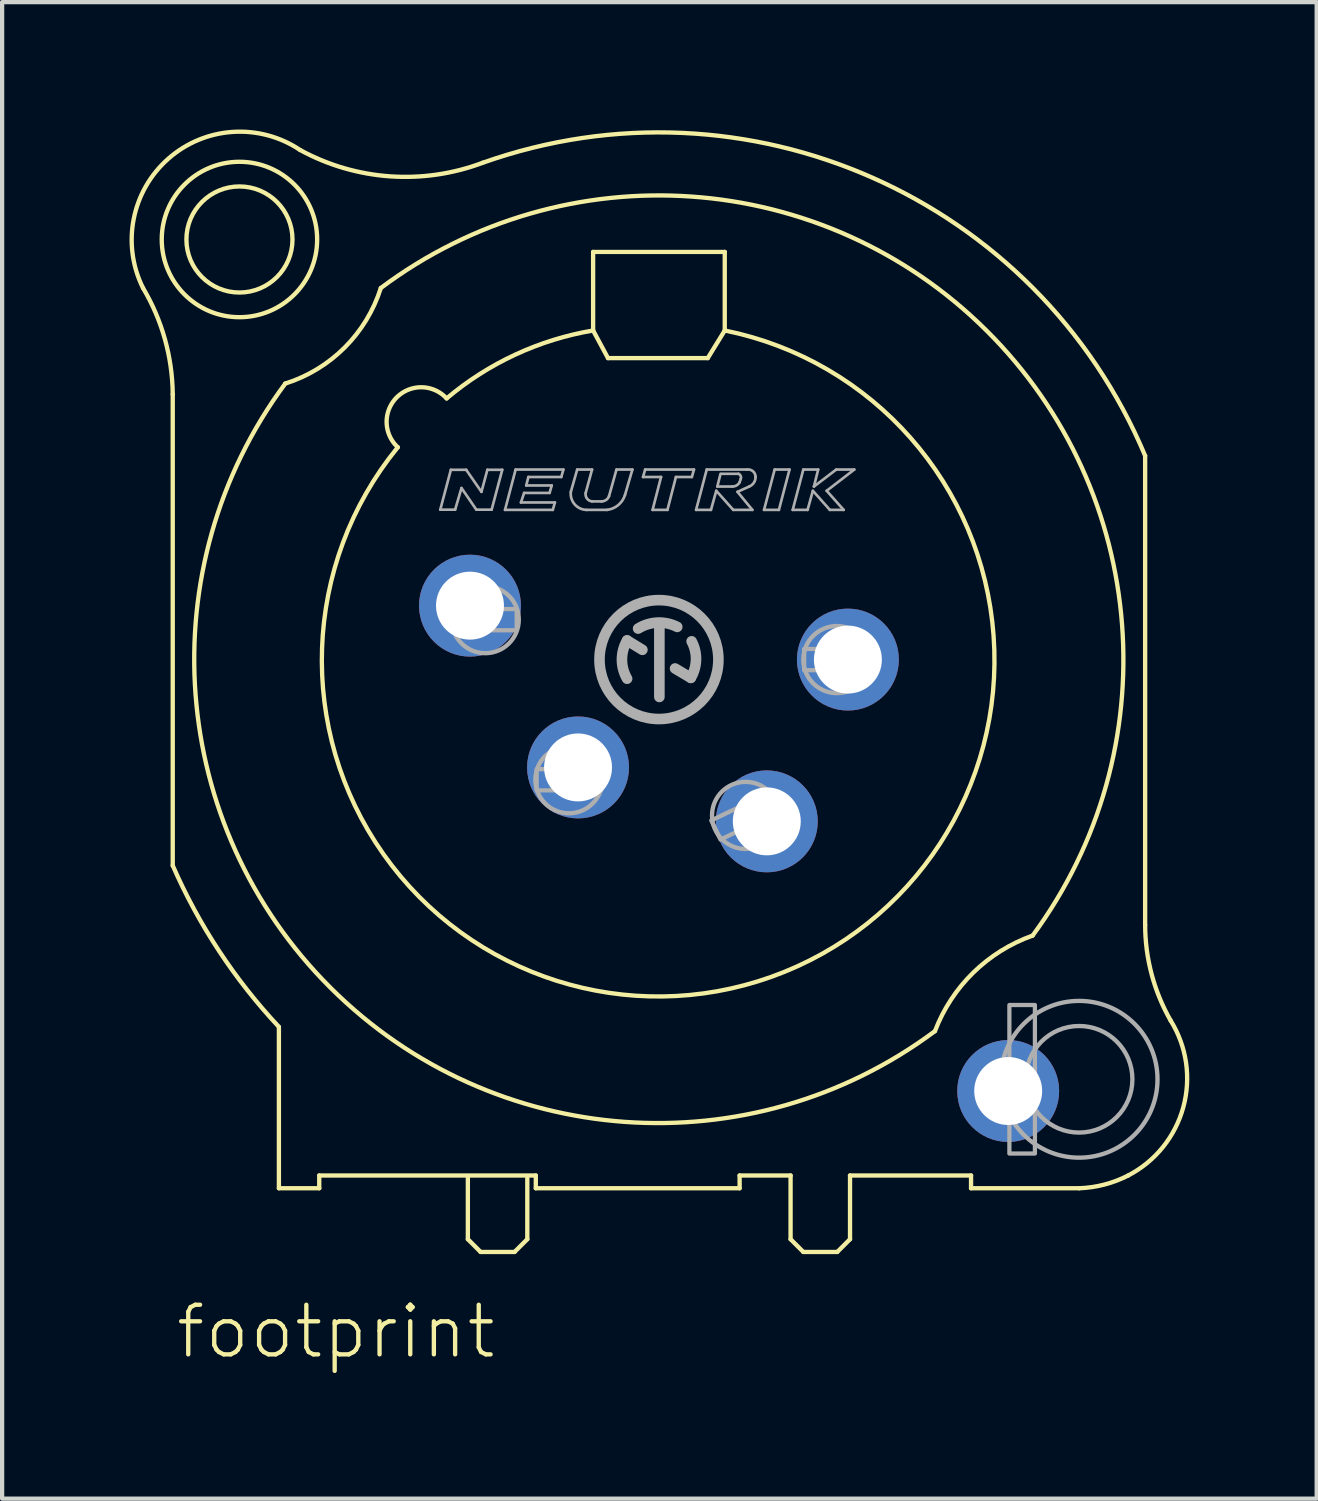
<source format=kicad_pcb>
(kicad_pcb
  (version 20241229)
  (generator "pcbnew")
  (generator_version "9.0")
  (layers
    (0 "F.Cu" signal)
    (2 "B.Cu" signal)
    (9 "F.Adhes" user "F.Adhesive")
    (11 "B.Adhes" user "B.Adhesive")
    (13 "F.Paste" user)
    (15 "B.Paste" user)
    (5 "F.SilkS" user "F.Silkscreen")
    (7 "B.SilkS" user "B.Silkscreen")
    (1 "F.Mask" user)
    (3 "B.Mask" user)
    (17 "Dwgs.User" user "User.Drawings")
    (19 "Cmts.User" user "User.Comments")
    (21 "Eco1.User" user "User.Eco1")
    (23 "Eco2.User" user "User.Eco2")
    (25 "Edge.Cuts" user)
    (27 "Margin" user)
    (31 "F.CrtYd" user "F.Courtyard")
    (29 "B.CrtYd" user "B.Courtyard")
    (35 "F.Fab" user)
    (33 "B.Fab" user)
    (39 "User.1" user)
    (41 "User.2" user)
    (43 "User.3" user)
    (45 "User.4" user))
  (footprint "footprint"
    (layer "F.Cu")
    (at 12.468 12.483)
    (property "Reference" "footprint" (at -11.43 16.51 0) (layer "F.SilkS") (effects (font (size 1.168 1.168) (thickness 0.102)) (justify left bottom)))
    (fp_line (start -11.45 -6.25) (end -11.45 4.85) (stroke (width 0.102) (type solid)) (layer "F.SilkS"))
    (fp_line (start -8.95 8.65) (end -8.95 12.45) (stroke (width 0.102) (type solid)) (layer "F.SilkS"))
    (fp_line (start -8.95 12.45) (end -8 12.45) (stroke (width 0.102) (type solid)) (layer "F.SilkS"))
    (fp_line (start -8 12.15) (end -2.9 12.15) (stroke (width 0.102) (type solid)) (layer "F.SilkS"))
    (fp_line (start -8 12.45) (end -8 12.15) (stroke (width 0.102) (type solid)) (layer "F.SilkS"))
    (fp_line (start -4.5 12.2) (end -4.5 13.65) (stroke (width 0.102) (type solid)) (layer "F.SilkS"))
    (fp_line (start -4.5 13.65) (end -4.2 13.95) (stroke (width 0.102) (type solid)) (layer "F.SilkS"))
    (fp_line (start -4.2 13.95) (end -3.4 13.95) (stroke (width 0.102) (type solid)) (layer "F.SilkS"))
    (fp_line (start -3.4 13.95) (end -3.1 13.65) (stroke (width 0.102) (type solid)) (layer "F.SilkS"))
    (fp_line (start -3.1 13.65) (end -3.1 12.2) (stroke (width 0.102) (type solid)) (layer "F.SilkS"))
    (fp_line (start -2.9 12.15) (end -2.9 12.45) (stroke (width 0.102) (type solid)) (layer "F.SilkS"))
    (fp_line (start -2.9 12.45) (end 1.9 12.45) (stroke (width 0.102) (type solid)) (layer "F.SilkS"))
    (fp_line (start -1.55 -9.6) (end -1.55 -7.75) (stroke (width 0.102) (type solid)) (layer "F.SilkS"))
    (fp_line (start -1.55 -7.75) (end -1.2 -7.1) (stroke (width 0.102) (type solid)) (layer "F.SilkS"))
    (fp_line (start -1.2 -7.1) (end 1.15 -7.1) (stroke (width 0.102) (type solid)) (layer "F.SilkS"))
    (fp_line (start 1.15 -7.1) (end 1.55 -7.75) (stroke (width 0.102) (type solid)) (layer "F.SilkS"))
    (fp_line (start 1.55 -9.6) (end -1.55 -9.6) (stroke (width 0.102) (type solid)) (layer "F.SilkS"))
    (fp_line (start 1.55 -7.75) (end 1.55 -9.6) (stroke (width 0.102) (type solid)) (layer "F.SilkS"))
    (fp_line (start 1.9 12.15) (end 3.1 12.15) (stroke (width 0.102) (type solid)) (layer "F.SilkS"))
    (fp_line (start 1.9 12.45) (end 1.9 12.15) (stroke (width 0.102) (type solid)) (layer "F.SilkS"))
    (fp_line (start 3.1 12.15) (end 3.1 13.65) (stroke (width 0.102) (type solid)) (layer "F.SilkS"))
    (fp_line (start 3.1 13.65) (end 3.4 13.95) (stroke (width 0.102) (type solid)) (layer "F.SilkS"))
    (fp_line (start 3.4 13.95) (end 4.2 13.95) (stroke (width 0.102) (type solid)) (layer "F.SilkS"))
    (fp_line (start 4.2 13.95) (end 4.5 13.65) (stroke (width 0.102) (type solid)) (layer "F.SilkS"))
    (fp_line (start 4.5 12.15) (end 7.35 12.15) (stroke (width 0.102) (type solid)) (layer "F.SilkS"))
    (fp_line (start 4.5 13.65) (end 4.5 12.15) (stroke (width 0.102) (type solid)) (layer "F.SilkS"))
    (fp_line (start 7.35 12.15) (end 7.35 12.45) (stroke (width 0.102) (type solid)) (layer "F.SilkS"))
    (fp_line (start 7.35 12.45) (end 9.9 12.45) (stroke (width 0.102) (type solid)) (layer "F.SilkS"))
    (fp_line (start 11.45 6.25) (end 11.45 -4.8) (stroke (width 0.102) (type solid)) (layer "F.SilkS"))
    (fp_arc (start -12.15 -8.75) (mid -11.634641 -7.5463) (end -11.45 -6.25) (stroke (width 0.1016) (type solid)) (layer "F.SilkS"))
    (fp_arc (start -12.149999 -8.75) (mid -11.550562 -11.798717) (end -8.45 -12) (stroke (width 0.1016) (type solid)) (layer "F.SilkS"))
    (fp_arc (start -8.95 8.65) (mid -10.362445 6.856872) (end -11.45 4.85) (stroke (width 0.1016) (type solid)) (layer "F.SilkS"))
    (fp_arc (start -6.55 -8.75) (mid 7.709645 -7.752825) (end 8.799998 6.499998) (stroke (width 0.1016) (type solid)) (layer "F.SilkS"))
    (fp_arc (start -6.55 -8.749999) (mid -7.399996 -7.349995) (end -8.8 -6.5) (stroke (width 0.1016) (type solid)) (layer "F.SilkS"))
    (fp_arc (start -6.15 -5) (mid -6.175543 -6.175543) (end -5 -6.15) (stroke (width 0.1016) (type solid)) (layer "F.SilkS"))
    (fp_arc (start -5 -6.15) (mid -3.382475 -7.181744) (end -1.55 -7.75) (stroke (width 0.1016) (type solid)) (layer "F.SilkS"))
    (fp_arc (start -4.15 -11.7) (mid -6.332781 -11.380141) (end -8.45 -12) (stroke (width 0.1016) (type solid)) (layer "F.SilkS"))
    (fp_arc (start -4.15 -11.7) (mid 5.021613 -11.351038) (end 11.45 -4.8) (stroke (width 0.1016) (type solid)) (layer "F.SilkS"))
    (fp_arc (start 1.55 -7.75) (mid 2.64544 7.472228) (end -6.149999 -5) (stroke (width 0.1016) (type solid)) (layer "F.SilkS"))
    (fp_arc (start 6.5 8.75) (mid -7.7333 7.729886) (end -8.799998 -6.499998) (stroke (width 0.1016) (type solid)) (layer "F.SilkS"))
    (fp_arc (start 6.5 8.75) (mid 7.40247 7.371969) (end 8.8 6.5) (stroke (width 0.1016) (type solid)) (layer "F.SilkS"))
    (fp_arc (start 11.05 12.15) (mid 10.491533 12.363377) (end 9.9 12.45) (stroke (width 0.1016) (type solid)) (layer "F.SilkS"))
    (fp_arc (start 12.05 8.5) (mid 12.348211 10.543688) (end 11.05 12.15) (stroke (width 0.1016) (type solid)) (layer "F.SilkS"))
    (fp_arc (start 12.05 8.5) (mid 11.603713 7.41401) (end 11.45 6.25) (stroke (width 0.1016) (type solid)) (layer "F.SilkS"))
    (fp_circle (center -9.879 -9.893) (end -8.63 -9.893) (stroke (width 0.102) (type solid)) (fill no) (layer "F.SilkS"))
    (fp_circle (center -9.879 -9.893) (end -8.049 -9.893) (stroke (width 0.102) (type solid)) (fill no) (layer "F.SilkS"))
    (fp_line (start -5.15 -3.53) (end -4.9 -4.47) (stroke (width 0.063) (type solid)) (layer "F.Fab"))
    (fp_line (start -4.9 -4.47) (end -4.54 -4.47) (stroke (width 0.063) (type solid)) (layer "F.Fab"))
    (fp_line (start -4.8 -3.53) (end -5.15 -3.53) (stroke (width 0.063) (type solid)) (layer "F.Fab"))
    (fp_line (start -4.65 -4.04) (end -4.8 -3.53) (stroke (width 0.063) (type solid)) (layer "F.Fab"))
    (fp_line (start -4.54 -4.47) (end -4.18 -3.95) (stroke (width 0.063) (type solid)) (layer "F.Fab"))
    (fp_line (start -4.3 -3.53) (end -4.65 -4.04) (stroke (width 0.063) (type solid)) (layer "F.Fab"))
    (fp_line (start -4.18 -3.95) (end -4.04 -4.47) (stroke (width 0.063) (type solid)) (layer "F.Fab"))
    (fp_line (start -4.04 -4.47) (end -3.69 -4.47) (stroke (width 0.063) (type solid)) (layer "F.Fab"))
    (fp_line (start -3.94 -3.53) (end -4.3 -3.53) (stroke (width 0.063) (type solid)) (layer "F.Fab"))
    (fp_line (start -3.69 -4.47) (end -3.94 -3.53) (stroke (width 0.063) (type solid)) (layer "F.Fab"))
    (fp_line (start -3.625 -3.525) (end -3.375 -4.475) (stroke (width 0.063) (type solid)) (layer "F.Fab"))
    (fp_line (start -3.375 -4.475) (end -2.25 -4.475) (stroke (width 0.063) (type solid)) (layer "F.Fab"))
    (fp_line (start -3.25 -3.7) (end -2.45 -3.7) (stroke (width 0.063) (type solid)) (layer "F.Fab"))
    (fp_line (start -3.175 -3.925) (end -3.25 -3.7) (stroke (width 0.063) (type solid)) (layer "F.Fab"))
    (fp_line (start -3.125 -4.1) (end -2.525 -4.1) (stroke (width 0.063) (type solid)) (layer "F.Fab"))
    (fp_line (start -3.075 -4.3) (end -3.125 -4.1) (stroke (width 0.063) (type solid)) (layer "F.Fab"))
    (fp_line (start -2.575 -3.925) (end -3.175 -3.925) (stroke (width 0.063) (type solid)) (layer "F.Fab"))
    (fp_line (start -2.525 -4.1) (end -2.575 -3.925) (stroke (width 0.063) (type solid)) (layer "F.Fab"))
    (fp_line (start -2.5 -3.525) (end -3.625 -3.525) (stroke (width 0.063) (type solid)) (layer "F.Fab"))
    (fp_line (start -2.45 -3.7) (end -2.5 -3.525) (stroke (width 0.063) (type solid)) (layer "F.Fab"))
    (fp_line (start -2.3 -4.3) (end -3.075 -4.3) (stroke (width 0.063) (type solid)) (layer "F.Fab"))
    (fp_line (start -2.25 -4.475) (end -2.3 -4.3) (stroke (width 0.063) (type solid)) (layer "F.Fab"))
    (fp_line (start -2.075 -3.95) (end -1.925 -4.475) (stroke (width 0.063) (type solid)) (layer "F.Fab"))
    (fp_line (start -1.925 -4.475) (end -1.575 -4.475) (stroke (width 0.063) (type solid)) (layer "F.Fab"))
    (fp_line (start -1.575 -4.475) (end -1.725 -3.925) (stroke (width 0.063) (type solid)) (layer "F.Fab"))
    (fp_line (start -1.575 -3.725) (end -1.35 -3.725) (stroke (width 0.063) (type solid)) (layer "F.Fab"))
    (fp_line (start -1.225 -3.525) (end -1.7 -3.525) (stroke (width 0.063) (type solid)) (layer "F.Fab"))
    (fp_line (start -1.175 -3.85) (end -1 -4.475) (stroke (width 0.063) (type solid)) (layer "F.Fab"))
    (fp_line (start -1 -4.475) (end -0.625 -4.475) (stroke (width 0.063) (type solid)) (layer "F.Fab"))
    (fp_line (start -0.75 -0.45) (end -0.39 -0.23) (stroke (width 0.25) (type solid)) (layer "F.Fab"))
    (fp_line (start -0.625 -4.475) (end -0.8 -3.875) (stroke (width 0.063) (type solid)) (layer "F.Fab"))
    (fp_line (start -0.375 -4.3) (end -0.325 -4.475) (stroke (width 0.063) (type solid)) (layer "F.Fab"))
    (fp_line (start -0.325 -4.475) (end 0.825 -4.475) (stroke (width 0.063) (type solid)) (layer "F.Fab"))
    (fp_line (start -0.15 -3.525) (end 0.05 -4.3) (stroke (width 0.063) (type solid)) (layer "F.Fab"))
    (fp_line (start 0.01 0.88) (end 0.01 -0.78) (stroke (width 0.25) (type solid)) (layer "F.Fab"))
    (fp_line (start 0.05 -4.3) (end -0.375 -4.3) (stroke (width 0.063) (type solid)) (layer "F.Fab"))
    (fp_line (start 0.2 -3.525) (end -0.15 -3.525) (stroke (width 0.063) (type solid)) (layer "F.Fab"))
    (fp_line (start 0.38 0.21) (end 0.75 0.43) (stroke (width 0.25) (type solid)) (layer "F.Fab"))
    (fp_line (start 0.4 -4.3) (end 0.2 -3.525) (stroke (width 0.063) (type solid)) (layer "F.Fab"))
    (fp_line (start 0.775 -4.3) (end 0.4 -4.3) (stroke (width 0.063) (type solid)) (layer "F.Fab"))
    (fp_line (start 0.825 -4.475) (end 0.775 -4.3) (stroke (width 0.063) (type solid)) (layer "F.Fab"))
    (fp_line (start 0.875 -3.525) (end 1.125 -4.475) (stroke (width 0.063) (type solid)) (layer "F.Fab"))
    (fp_line (start 1.125 -4.475) (end 2.075 -4.475) (stroke (width 0.063) (type solid)) (layer "F.Fab"))
    (fp_line (start 1.225 -3.525) (end 0.875 -3.525) (stroke (width 0.063) (type solid)) (layer "F.Fab"))
    (fp_line (start 1.35 -3.975) (end 1.225 -3.525) (stroke (width 0.063) (type solid)) (layer "F.Fab"))
    (fp_line (start 1.375 -4.075) (end 1.725 -4.075) (stroke (width 0.063) (type solid)) (layer "F.Fab"))
    (fp_line (start 1.45 -4.375) (end 1.375 -4.075) (stroke (width 0.063) (type solid)) (layer "F.Fab"))
    (fp_line (start 1.75 -3.525) (end 1.35 -3.975) (stroke (width 0.063) (type solid)) (layer "F.Fab"))
    (fp_line (start 1.85 -3.95) (end 2.2 -3.525) (stroke (width 0.063) (type solid)) (layer "F.Fab"))
    (fp_line (start 1.875 -4.375) (end 1.475 -4.375) (stroke (width 0.063) (type solid)) (layer "F.Fab"))
    (fp_line (start 1.9 -4.175) (end 1.925 -4.25) (stroke (width 0.063) (type solid)) (layer "F.Fab"))
    (fp_line (start 2.125 -4.075) (end 1.85 -3.95) (stroke (width 0.063) (type solid)) (layer "F.Fab"))
    (fp_line (start 2.2 -3.525) (end 1.75 -3.525) (stroke (width 0.063) (type solid)) (layer "F.Fab"))
    (fp_line (start 2.475 -3.525) (end 2.725 -4.475) (stroke (width 0.063) (type solid)) (layer "F.Fab"))
    (fp_line (start 2.725 -4.475) (end 3.075 -4.475) (stroke (width 0.063) (type solid)) (layer "F.Fab"))
    (fp_line (start 2.825 -3.525) (end 2.475 -3.525) (stroke (width 0.063) (type solid)) (layer "F.Fab"))
    (fp_line (start 3.075 -4.475) (end 2.825 -3.525) (stroke (width 0.063) (type solid)) (layer "F.Fab"))
    (fp_line (start 3.15 -3.525) (end 3.5 -3.525) (stroke (width 0.063) (type solid)) (layer "F.Fab"))
    (fp_line (start 3.4 -4.475) (end 3.15 -3.525) (stroke (width 0.063) (type solid)) (layer "F.Fab"))
    (fp_line (start 3.5 -3.525) (end 3.625 -3.975) (stroke (width 0.063) (type solid)) (layer "F.Fab"))
    (fp_line (start 3.625 -3.975) (end 4.025 -3.525) (stroke (width 0.063) (type solid)) (layer "F.Fab"))
    (fp_line (start 3.65 -4.075) (end 3.75 -4.475) (stroke (width 0.063) (type solid)) (layer "F.Fab"))
    (fp_line (start 3.75 -4.475) (end 3.4 -4.475) (stroke (width 0.063) (type solid)) (layer "F.Fab"))
    (fp_line (start 3.95 -3.975) (end 4.6 -4.475) (stroke (width 0.063) (type solid)) (layer "F.Fab"))
    (fp_line (start 4.025 -3.525) (end 4.35 -3.525) (stroke (width 0.063) (type solid)) (layer "F.Fab"))
    (fp_line (start 4.175 -4.475) (end 3.65 -4.075) (stroke (width 0.063) (type solid)) (layer "F.Fab"))
    (fp_line (start 4.35 -3.525) (end 3.95 -3.975) (stroke (width 0.063) (type solid)) (layer "F.Fab"))
    (fp_line (start 4.6 -4.475) (end 4.175 -4.475) (stroke (width 0.063) (type solid)) (layer "F.Fab"))
    (fp_arc (start -1.7 -3.525) (mid -1.982521 -3.653658) (end -2.075 -3.95) (stroke (width 0.0634) (type solid)) (layer "F.Fab"))
    (fp_arc (start -1.575001 -3.724999) (mid -1.694241 -3.79182) (end -1.725 -3.925) (stroke (width 0.0634) (type solid)) (layer "F.Fab"))
    (fp_arc (start -1.175 -3.85) (mid -1.243079 -3.760311) (end -1.35 -3.725) (stroke (width 0.0634) (type solid)) (layer "F.Fab"))
    (fp_arc (start -0.8 -3.875) (mid -0.960312 -3.636629) (end -1.224999 -3.525) (stroke (width 0.0634) (type solid)) (layer "F.Fab"))
    (fp_arc (start -0.75 0.45) (mid -0.871403 0) (end -0.75 -0.45) (stroke (width 0.25) (type solid)) (layer "F.Fab"))
    (fp_arc (start -0.49 -0.73) (mid -0.035247 -0.870661) (end 0.429999 -0.77) (stroke (width 0.25) (type solid)) (layer "F.Fab"))
    (fp_arc (start 0.769999 -0.430001) (mid 0.873225 0.002632) (end 0.75 0.43) (stroke (width 0.25) (type solid)) (layer "F.Fab"))
    (fp_arc (start 1.875 -4.375) (mid 1.925888 -4.322855) (end 1.925 -4.25) (stroke (width 0.0634) (type solid)) (layer "F.Fab"))
    (fp_arc (start 1.899999 -4.175) (mid 1.82636 -4.100745) (end 1.725 -4.075) (stroke (width 0.0634) (type solid)) (layer "F.Fab"))
    (fp_arc (start 2.075 -4.475) (mid 2.215619 -4.43392) (end 2.275 -4.299998) (stroke (width 0.0634) (type solid)) (layer "F.Fab"))
    (fp_arc (start 2.275 -4.3) (mid 2.235142 -4.164071) (end 2.125 -4.074999) (stroke (width 0.0634) (type solid)) (layer "F.Fab"))
    (fp_circle (center -4.09 -0.94) (end -3.3 -0.94) (stroke (width 0.102) (type solid)) (fill no) (layer "F.Fab"))
    (fp_circle (center -2.12 2.83) (end -1.33 2.83) (stroke (width 0.102) (type solid)) (fill no) (layer "F.Fab"))
    (fp_circle (center 0 0) (end 1.4 0) (stroke (width 0.25) (type solid)) (fill no) (layer "F.Fab"))
    (fp_circle (center 2.04 3.67) (end 2.83 3.67) (stroke (width 0.102) (type solid)) (fill no) (layer "F.Fab"))
    (fp_circle (center 4.19 0) (end 4.98 0) (stroke (width 0.102) (type solid)) (fill no) (layer "F.Fab"))
    (fp_circle (center 9.895 9.884) (end 11.15 9.884) (stroke (width 0.102) (type solid)) (fill no) (layer "F.Fab"))
    (fp_circle (center 9.895 9.884) (end 11.741 9.884) (stroke (width 0.102) (type solid)) (fill no) (layer "F.Fab"))
    (fp_poly (pts (xy -4.85 -0.69) (xy -3.35 -0.69) (xy -3.35 -1.19) (xy -4.85 -1.19)) (stroke (width 0.1) (type solid)) (fill no) (layer "F.Fab"))
    (fp_poly (pts (xy -2.88 3.08) (xy -1.36 3.08) (xy -1.36 2.58) (xy -2.88 2.58)) (stroke (width 0.1) (type solid)) (fill no) (layer "F.Fab"))
    (fp_poly (pts (xy 1.449 4.239) (xy 2.829 3.578) (xy 2.613 3.127) (xy 1.233 3.788)) (stroke (width 0.1) (type solid)) (fill no) (layer "F.Fab"))
    (fp_poly (pts (xy 3.42 0.25) (xy 4.95 0.25) (xy 4.95 -0.25) (xy 3.42 -0.25)) (stroke (width 0.1) (type solid)) (fill no) (layer "F.Fab"))
    (fp_poly (pts (xy 8.253 11.633) (xy 8.854 11.633) (xy 8.854 8.135) (xy 8.253 8.135)) (stroke (width 0.1) (type solid)) (fill no) (layer "F.Fab"))
    (pad "1" thru_hole circle (at 4.45 0) (size 2.4 2.4) (drill 1.6) (layers "*.Cu" "*.Mask"))
    (pad "2" thru_hole circle (at 2.54 3.81) (size 2.4 2.4) (drill 1.6) (layers "*.Cu" "*.Mask"))
    (pad "3" thru_hole circle (at -1.905 2.54) (size 2.4 2.4) (drill 1.6) (layers "*.Cu" "*.Mask"))
    (pad "4" thru_hole circle (at -4.45 -1.27) (size 2.4 2.4) (drill 1.6) (layers "*.Cu" "*.Mask"))
    (pad "G" thru_hole circle (at 8.225 10.16) (size 2.4 2.4) (drill 1.6) (layers "*.Cu" "*.Mask")))
  (gr_rect
    (start -3 -3)
    (end 27.958 32.243)
    (stroke (width 0.1) (type default))
    (fill no)
    (layer "Edge.Cuts")))
</source>
